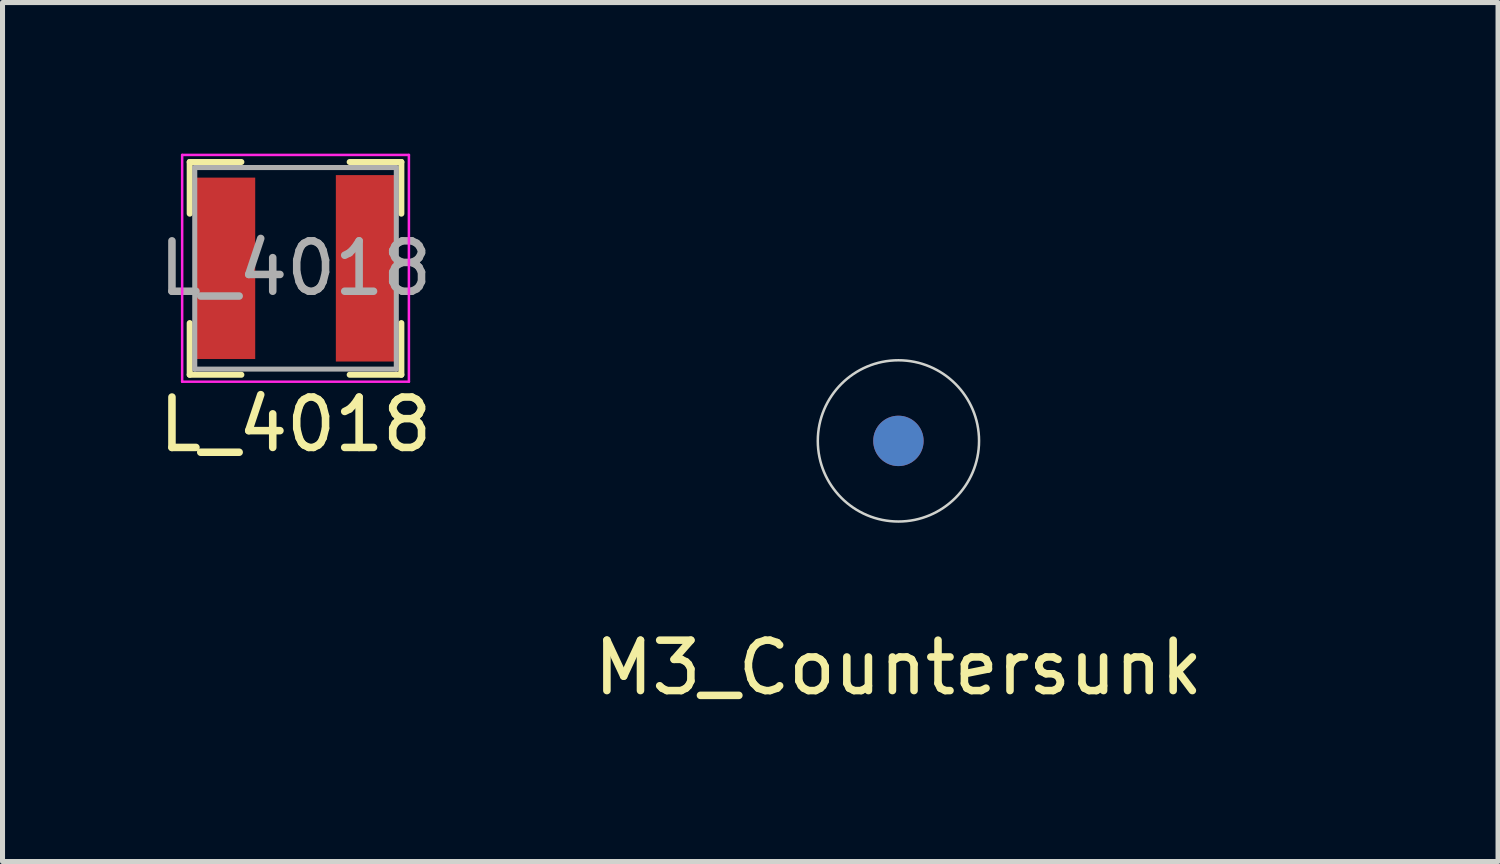
<source format=kicad_pcb>
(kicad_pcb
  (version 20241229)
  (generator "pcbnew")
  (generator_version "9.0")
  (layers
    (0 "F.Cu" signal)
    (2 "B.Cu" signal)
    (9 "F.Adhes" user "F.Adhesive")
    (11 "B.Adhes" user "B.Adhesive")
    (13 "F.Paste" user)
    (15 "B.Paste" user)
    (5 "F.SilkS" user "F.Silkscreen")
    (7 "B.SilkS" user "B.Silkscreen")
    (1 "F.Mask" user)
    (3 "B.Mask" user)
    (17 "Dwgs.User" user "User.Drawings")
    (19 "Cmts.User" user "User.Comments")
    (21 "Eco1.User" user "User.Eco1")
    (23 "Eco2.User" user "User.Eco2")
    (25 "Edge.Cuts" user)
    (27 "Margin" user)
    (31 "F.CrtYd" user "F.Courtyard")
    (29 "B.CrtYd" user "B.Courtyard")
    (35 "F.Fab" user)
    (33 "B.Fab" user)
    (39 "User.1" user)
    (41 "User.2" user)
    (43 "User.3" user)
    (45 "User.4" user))
  (footprint "L_4018"
    (layer "F.Cu")
    (at 2.815 2.275)
    (property "Reference" "L_4018" (at 0 3.1 0) (layer "F.SilkS") (effects (font (size 1 1) (thickness 0.15))))
    (attr smd)
    (fp_line (start -2.1 -2.11) (end -2.1 -1.085) (stroke (width 0.12) (type solid)) (layer "F.SilkS"))
    (fp_line (start -2.1 -2.11) (end -1.075 -2.11) (stroke (width 0.12) (type solid)) (layer "F.SilkS"))
    (fp_line (start -2.1 2.112) (end -2.1 1.087) (stroke (width 0.12) (type solid)) (layer "F.SilkS"))
    (fp_line (start -2.1 2.112) (end -1.075 2.112) (stroke (width 0.12) (type solid)) (layer "F.SilkS"))
    (fp_line (start 2.1 -2.11) (end 1.075 -2.11) (stroke (width 0.12) (type solid)) (layer "F.SilkS"))
    (fp_line (start 2.1 -2.11) (end 2.1 -1.085) (stroke (width 0.12) (type solid)) (layer "F.SilkS"))
    (fp_line (start 2.1 2.112) (end 1.075 2.112) (stroke (width 0.12) (type solid)) (layer "F.SilkS"))
    (fp_line (start 2.1 2.112) (end 2.1 1.087) (stroke (width 0.12) (type solid)) (layer "F.SilkS"))
    (fp_line (start -2.25 -2.25) (end -2.25 2.25) (stroke (width 0.05) (type solid)) (layer "F.CrtYd"))
    (fp_line (start -2.25 -2.25) (end 2.25 -2.25) (stroke (width 0.05) (type solid)) (layer "F.CrtYd"))
    (fp_line (start -2.25 2.25) (end 2.25 2.25) (stroke (width 0.05) (type solid)) (layer "F.CrtYd"))
    (fp_line (start 2.25 -2.25) (end 2.25 2.25) (stroke (width 0.05) (type solid)) (layer "F.CrtYd"))
    (fp_line (start -2 -2) (end -2 2) (stroke (width 0.1) (type solid)) (layer "F.Fab"))
    (fp_line (start -2 -2) (end 2 -2) (stroke (width 0.1) (type solid)) (layer "F.Fab"))
    (fp_line (start 2 -2) (end 2 2) (stroke (width 0.1) (type solid)) (layer "F.Fab"))
    (fp_line (start 2 2) (end -2 2) (stroke (width 0.1) (type solid)) (layer "F.Fab"))
    (fp_text user "${REFERENCE}" (at 0 0 0) (layer "F.Fab") (effects (font (size 1 1) (thickness 0.15))))
    (pad "1" smd rect (at -1.4 0) (size 1.2 3.6) (layers "F.Cu" "F.Mask" "F.Paste"))
    (pad "2" smd rect (at 1.4 0) (size 1.2 3.7) (layers "F.Cu" "F.Mask" "F.Paste")))
  (footprint "M3_Countersunk"
    (layer "F.Cu")
    (at 14.78 5.7)
    (property "Reference" "M3_Countersunk" (at 0 4.5 0) (unlocked yes) (layer "F.SilkS") (effects (font (size 1 1) (thickness 0.15))))
    (attr board_only exclude_from_pos_files exclude_from_bom)
    (fp_circle (center 0 0) (end 3.5 0) (stroke (width 0) (type default)) (fill yes) (layer "B.Mask"))
    (fp_circle (center 0 0) (end 1.6 0) (stroke (width 0.05) (type default)) (fill no) (layer "Edge.Cuts"))
    (pad "" smd circle (at -4.2 -3) (size 3.2 3.2) (layers))
    (pad "" smd circle (at -3.7 -3.2) (size 3.2 3.2) (layers))
    (pad "" smd circle (at -3.7 -2.6) (size 3.2 3.2) (layers))
    (pad "" smd circle (at -3.3 -2.9) (size 3.2 3.2) (layers))
    (pad "" smd circle (at -0.2 -0.5) (size 3.2 3.2) (layers))
    (pad "" smd circle (at 0 0) (size 1 1) (layers "F.Cu"))
    (pad "" smd circle (at 0 0) (size 1 1) (layers "B.Cu"))
    (pad "" smd circle (at 0 0) (size 3.2 3.2) (layers))
    (pad "" smd circle (at 0 0) (size 3.2 3.2) (layers))
    (pad "" smd circle (at 0 0) (size 3.2 3.2) (layers))
    (pad "" smd circle (at 0 0) (size 3.2 3.2) (layers))
    (pad "" smd circle (at 0 0) (size 3.2 3.2) (layers))
    (pad "" smd circle (at 0 0) (size 3.2 3.2) (layers))
    (pad "" smd circle (at 0 0) (size 3.2 3.2) (layers))
    (pad "" smd circle (at 0 0) (size 3.2 3.2) (layers))
    (pad "" smd circle (at 0 0) (size 3.2 3.2) (layers))
    (pad "" smd circle (at 0.3 0.5) (size 3.2 3.2) (layers))
    (pad "" smd circle (at 0.7 -0.1) (size 3.2 3.2) (layers))
    (pad "" smd circle (at 1.5 -0.6) (size 3.2 3.2) (layers))
    (pad "" smd circle (at 1.6 0) (size 3.2 3.2) (layers))
    (pad "" smd circle (at 2.2 -1.2) (size 3.2 3.2) (layers))
    (pad "" smd circle (at 2.5 -3.6) (size 3.2 3.2) (layers))
    (pad "" smd circle (at 2.8 -3.7) (size 3.2 3.2) (layers))
    (pad "" smd circle (at 3 -3.6) (size 3.2 3.2) (layers))
    (pad "" smd circle (at 3.5 -4.1) (size 3.2 3.2) (layers))
    (pad "" smd circle (at 3.7 -3.1) (size 3.2 3.2) (layers))
    (pad "" smd circle (at 3.7 -3.1) (size 3.2 3.2) (layers))
    (pad "" smd circle (at 3.8 -4.1) (size 3.2 3.2) (layers))
    (pad "" smd circle (at 3.8 -4.1) (size 3.2 3.2) (layers))
    (pad "" smd circle (at 5.2 -1.8) (size 3.2 3.2) (layers))
    (pad "" smd circle (at 5.2 0.3) (size 3.2 3.2) (layers))
    (pad "" smd circle (at 5.2 1.2) (size 3.2 3.2) (layers))
    (pad "" smd circle (at 6.4 0.1) (size 3.2 3.2) (layers))
    (pad "" smd circle (at 6.4 0.1) (size 3.2 3.2) (layers))
    (pad "" smd circle (at 7.3 -1.8) (size 3.2 3.2) (layers))
    (pad "" smd circle (at 7.3 -1.8) (size 3.2 3.2) (layers)))
  (gr_rect
    (start -3 -3)
    (end 26.68 14.048)
    (stroke (width 0.1) (type default))
    (fill no)
    (layer "Edge.Cuts")))
</source>
